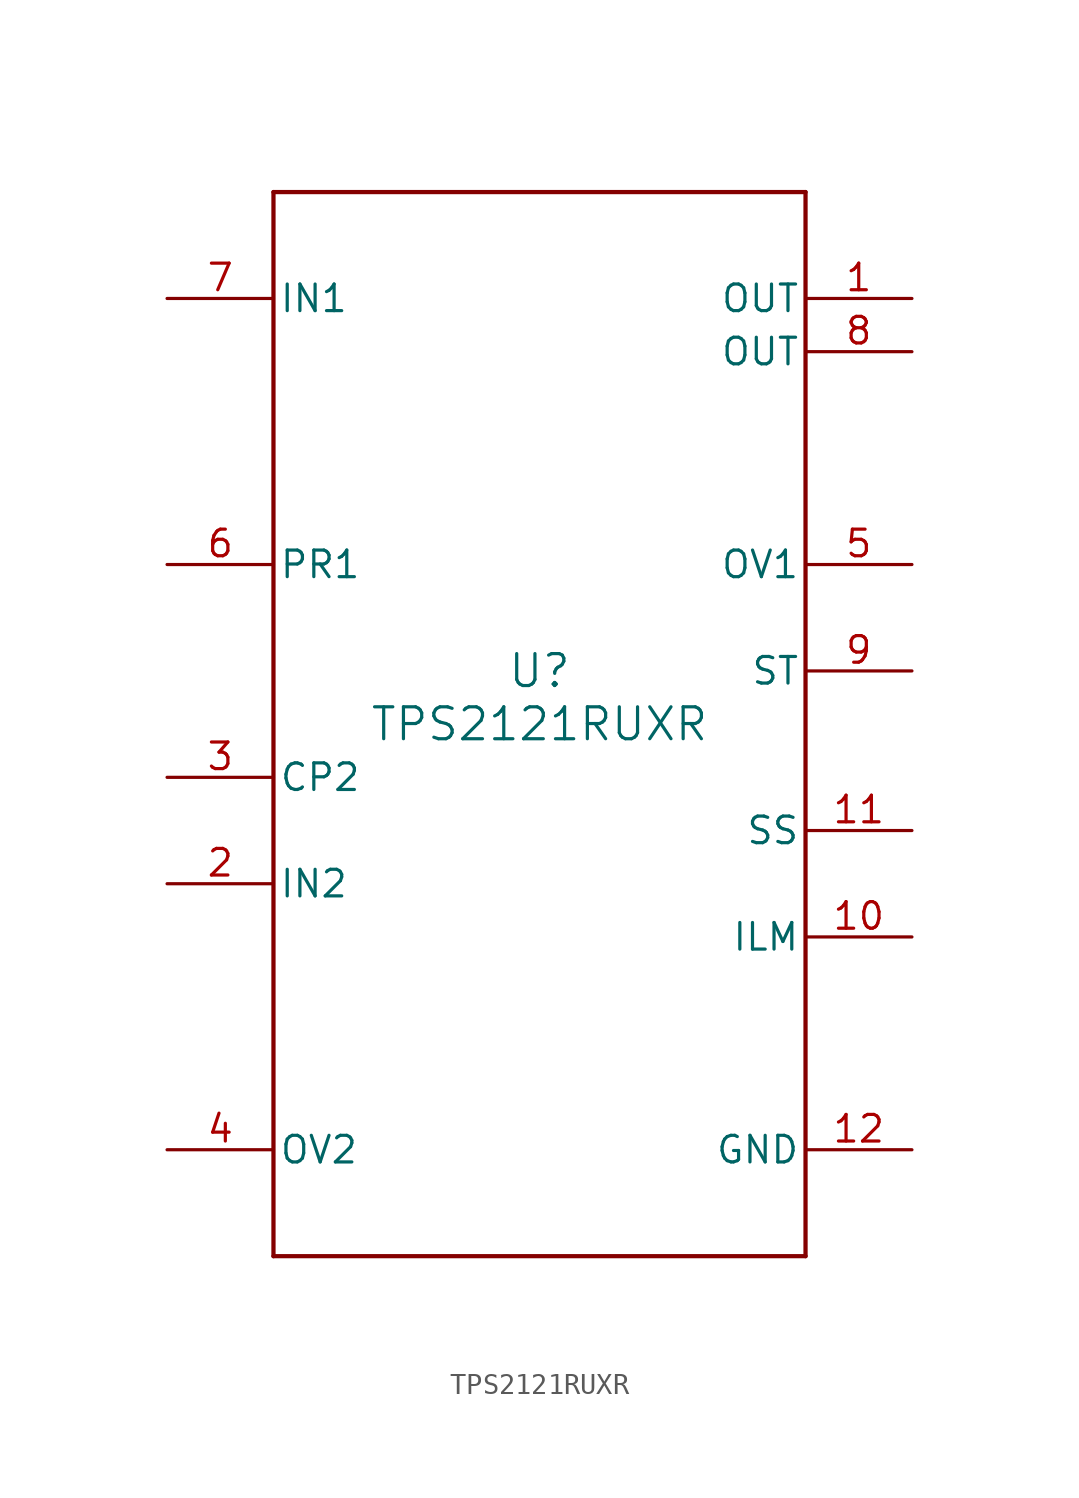
<source format=kicad_sym>
(kicad_symbol_lib
  (version 20211014)
  (generator kicad_symbol_editor)
  (symbol "TPS2121RUXR"
    (pin_names
      (offset 0.254))
    (property "Reference" "U"
      (at 0 2.54 0)
      (effects (font (size 1.524 1.524))))
    (property "Value" "TPS2121RUXR"
      (at 0 0 0)
      (effects (font (size 1.524 1.524))))
    (symbol "TPS2121RUXR_0_1"
      (polyline (pts (xy -12.7 -25.4) (xy 12.7 -25.4)) (stroke (width 0.203) (type default) (color 0 0 0 0)) (fill (type none)))
      (polyline (pts (xy 12.7 -25.4) (xy 12.7 25.4)) (stroke (width 0.203) (type default) (color 0 0 0 0)) (fill (type none)))
      (polyline (pts (xy 12.7 25.4) (xy -12.7 25.4)) (stroke (width 0.203) (type default) (color 0 0 0 0)) (fill (type none)))
      (polyline (pts (xy -12.7 25.4) (xy -12.7 -25.4)) (stroke (width 0.203) (type default) (color 0 0 0 0)) (fill (type none)))
      (pin power_in line (at 17.78 20.32 180) (length 5.08) (name "OUT" (effects (font (size 1.27 1.27)))) (number "1" (effects (font (size 1.27 1.27)))))
      (pin power_in line (at -17.78 -7.62 0) (length 5.08) (name "IN2" (effects (font (size 1.27 1.27)))) (number "2" (effects (font (size 1.27 1.27)))))
      (pin input line (at -17.78 -2.54 0) (length 5.08) (name "CP2" (effects (font (size 1.27 1.27)))) (number "3" (effects (font (size 1.27 1.27)))))
      (pin input line (at -17.78 -20.32 0) (length 5.08) (name "OV2" (effects (font (size 1.27 1.27)))) (number "4" (effects (font (size 1.27 1.27)))))
      (pin input line (at 17.78 7.62 180) (length 5.08) (name "OV1" (effects (font (size 1.27 1.27)))) (number "5" (effects (font (size 1.27 1.27)))))
      (pin input line (at -17.78 7.62 0) (length 5.08) (name "PR1" (effects (font (size 1.27 1.27)))) (number "6" (effects (font (size 1.27 1.27)))))
      (pin power_in line (at -17.78 20.32 0) (length 5.08) (name "IN1" (effects (font (size 1.27 1.27)))) (number "7" (effects (font (size 1.27 1.27)))))
      (pin power_in line (at 17.78 17.78 180) (length 5.08) (name "OUT" (effects (font (size 1.27 1.27)))) (number "8" (effects (font (size 1.27 1.27)))))
      (pin output line (at 17.78 2.54 180) (length 5.08) (name "ST" (effects (font (size 1.27 1.27)))) (number "9" (effects (font (size 1.27 1.27)))))
      (pin bidirectional line (at 17.78 -10.16 180) (length 5.08) (name "ILM" (effects (font (size 1.27 1.27)))) (number "10" (effects (font (size 1.27 1.27)))))
      (pin bidirectional line (at 17.78 -5.08 180) (length 5.08) (name "SS" (effects (font (size 1.27 1.27)))) (number "11" (effects (font (size 1.27 1.27)))))
      (pin power_in line (at 17.78 -20.32 180) (length 5.08) (name "GND" (effects (font (size 1.27 1.27)))) (number "12" (effects (font (size 1.27 1.27))))))))
</source>
